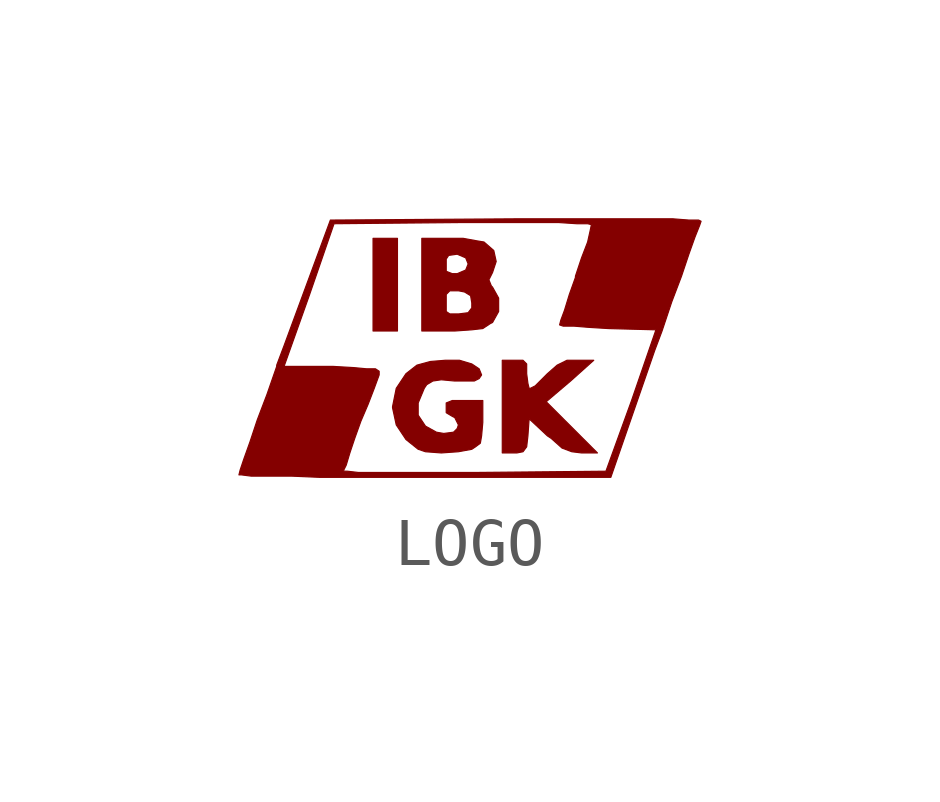
<source format=kicad_sym>
(kicad_symbol_lib
  (version 20211014)
  (generator kicad_symbol_editor)
  (symbol "LOGO"
    (pin_names
      (offset 1.016))
    (property "Reference" "#G"
      (at 0 -2.616 0)
      (effects (font (size 1.524 1.524)) hide))
    (symbol "LOGO_0_0"
      (polyline (pts (xy -1.524 2.616) (xy -2.032 2.616) (xy -2.032 0.686) (xy -1.524 0.686) (xy -1.524 2.616)) (stroke (width 0.025) (type default) (color 0 0 0 0)) (fill (type outline)))
      (polyline (pts (xy 1.092 -1.829) (xy 1.168 -1.727) (xy 1.194 -1.499) (xy 1.219 -1.143) (xy 1.6 -1.499) (xy 1.676 -1.549) (xy 1.905 -1.753) (xy 2.108 -1.829) (xy 2.311 -1.854) (xy 2.642 -1.854) (xy 1.575 -0.787) (xy 2.083 -0.356) (xy 2.565 0.076) (xy 2.007 0.076) (xy 1.803 -0.025) (xy 1.6 -0.203) (xy 1.346 -0.457) (xy 1.245 -0.508) (xy 1.219 -0.508) (xy 1.194 -0.406) (xy 1.168 -0.203) (xy 1.168 0) (xy 1.092 0.076) (xy 0.66 0.076) (xy 0.66 -1.854) (xy 0.965 -1.854) (xy 1.092 -1.829)) (stroke (width 0.025) (type default) (color 0 0 0 0)) (fill (type outline)))
      (polyline (pts (xy -0.254 -1.829) (xy 0.025 -1.778) (xy 0.102 -1.727) (xy 0.203 -1.651) (xy 0.229 -1.499) (xy 0.254 -1.219) (xy 0.254 -0.762) (xy -0.381 -0.762) (xy -0.508 -0.813) (xy -0.508 -1.016) (xy -0.381 -1.092) (xy -0.33 -1.118) (xy -0.254 -1.27) (xy -0.279 -1.346) (xy -0.356 -1.422) (xy -0.559 -1.448) (xy -0.711 -1.422) (xy -0.94 -1.295) (xy -1.092 -1.067) (xy -1.092 -0.813) (xy -0.965 -0.508) (xy -0.914 -0.432) (xy -0.787 -0.356) (xy -0.61 -0.33) (xy -0.33 -0.356) (xy 0.076 -0.356) (xy 0.178 -0.305) (xy 0.229 -0.229) (xy 0.178 -0.102) (xy 0.025 0) (xy -0.229 0.076) (xy -0.533 0.076) (xy -0.838 0.051) (xy -1.118 -0.025) (xy -1.346 -0.203) (xy -1.549 -0.508) (xy -1.626 -0.889) (xy -1.626 -0.914) (xy -1.549 -1.27) (xy -1.346 -1.575) (xy -1.092 -1.778) (xy -0.94 -1.829) (xy -0.61 -1.854) (xy -0.254 -1.829)) (stroke (width 0.025) (type default) (color 0 0 0 0)) (fill (type outline)))
      (polyline (pts (xy 0.025 0.711) (xy 0.254 0.737) (xy 0.406 0.838) (xy 0.457 0.864) (xy 0.584 1.092) (xy 0.584 1.372) (xy 0.457 1.6) (xy 0.432 1.626) (xy 0.381 1.753) (xy 0.457 1.905) (xy 0.533 2.134) (xy 0.483 2.362) (xy 0.279 2.54) (xy 0.127 2.565) (xy -0.152 2.616) (xy -1.016 2.616) (xy -1.016 1.93) (xy -0.508 1.93) (xy -0.508 2.184) (xy -0.457 2.261) (xy -0.279 2.286) (xy -0.102 2.21) (xy -0.051 2.083) (xy -0.102 1.956) (xy -0.279 1.88) (xy -0.381 1.88) (xy -0.508 1.93) (xy -1.016 1.93) (xy -1.016 1.092) (xy -0.508 1.092) (xy -0.508 1.448) (xy -0.432 1.524) (xy -0.254 1.524) (xy -0.127 1.499) (xy 0 1.422) (xy 0.025 1.27) (xy 0.025 1.168) (xy -0.051 1.067) (xy -0.254 1.041) (xy -0.432 1.041) (xy -0.508 1.092) (xy -1.016 1.092) (xy -1.016 0.686) (xy -0.33 0.686) (xy 0.025 0.711)) (stroke (width 0.025) (type default) (color 0 0 0 0)) (fill (type outline)))
      (polyline (pts (xy 3.835 0.279) (xy 3.988 0.686) (xy 4.191 1.295) (xy 4.394 1.829) (xy 4.547 2.286) (xy 4.674 2.642) (xy 4.775 2.896) (xy 4.801 2.972) (xy 4.75 2.997) (xy 4.547 2.997) (xy 4.216 3.023) (xy 0.94 3.023) (xy -2.921 2.997) (xy -3.886 0.381) (xy -4.039 -0.025) (xy -4.039 -0.051) (xy -3.886 -0.051) (xy -3.353 1.448) (xy -2.845 2.921) (xy -0.152 2.946) (xy 1.829 2.946) (xy 2.21 2.921) (xy 2.438 2.921) (xy 2.54 2.896) (xy 2.515 2.896) (xy 2.489 2.769) (xy 2.438 2.54) (xy 2.311 2.21) (xy 2.184 1.829) (xy 2.184 1.803) (xy 2.057 1.448) (xy 1.956 1.118) (xy 1.88 0.914) (xy 1.854 0.813) (xy 1.93 0.787) (xy 2.159 0.787) (xy 2.464 0.762) (xy 2.87 0.737) (xy 3.861 0.711) (xy 3.353 -0.762) (xy 2.819 -2.235) (xy 0.102 -2.261) (xy -2.337 -2.261) (xy -2.565 -2.235) (xy -2.642 -2.235) (xy -2.642 -2.21) (xy -2.591 -2.108) (xy -2.515 -1.854) (xy -2.413 -1.549) (xy -2.286 -1.194) (xy -2.134 -0.838) (xy -2.007 -0.508) (xy -1.905 -0.229) (xy -1.905 -0.152) (xy -1.981 -0.102) (xy -2.159 -0.102) (xy -2.438 -0.076) (xy -2.87 -0.051) (xy -3.886 -0.051) (xy -4.039 -0.051) (xy -4.242 -0.635) (xy -4.445 -1.168) (xy -4.597 -1.626) (xy -4.724 -1.981) (xy -4.801 -2.21) (xy -4.826 -2.311) (xy -4.775 -2.311) (xy -4.572 -2.337) (xy -3.734 -2.337) (xy -3.15 -2.362) (xy 2.921 -2.362) (xy 3.835 0.279)) (stroke (width 0.025) (type default) (color 0 0 0 0)) (fill (type outline))))))
</source>
